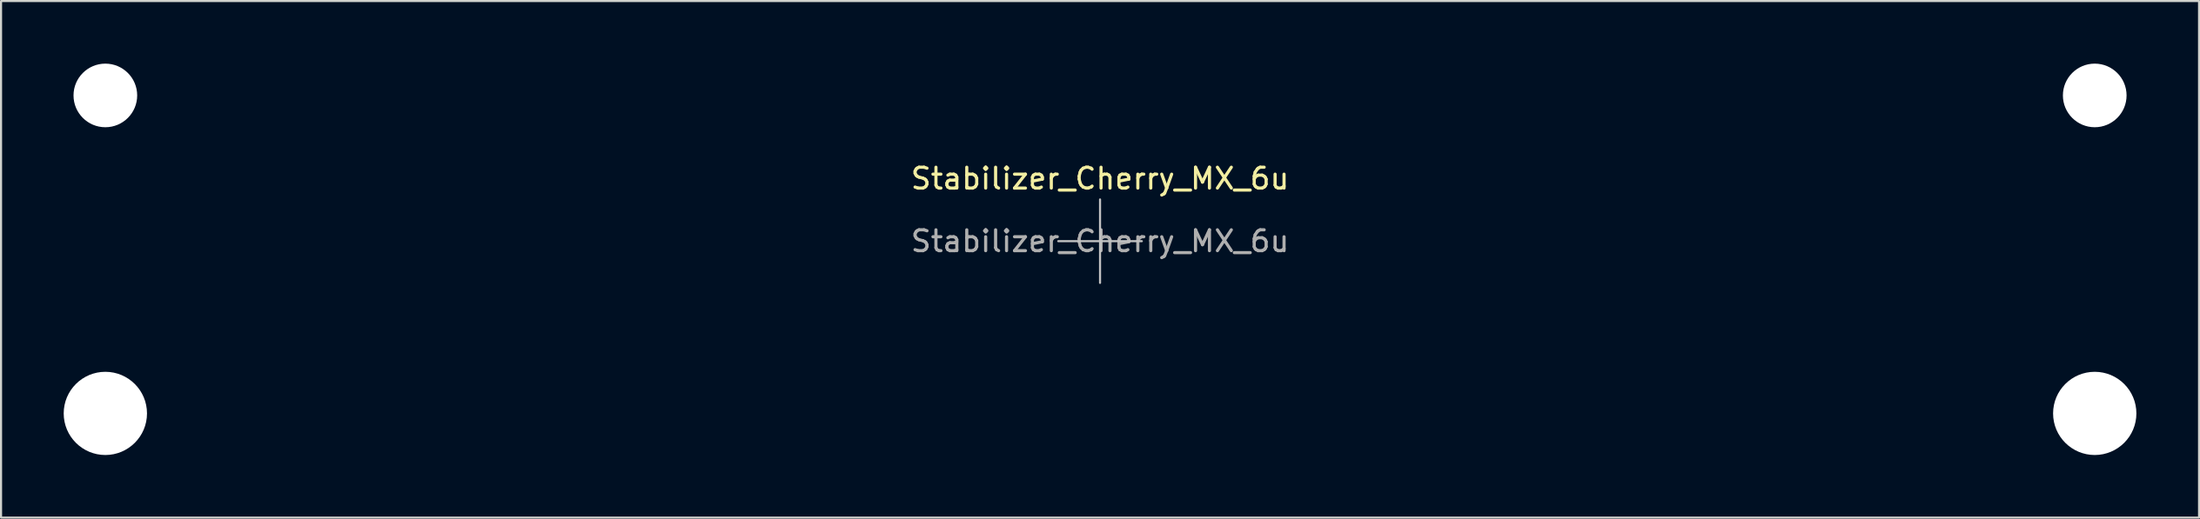
<source format=kicad_pcb>
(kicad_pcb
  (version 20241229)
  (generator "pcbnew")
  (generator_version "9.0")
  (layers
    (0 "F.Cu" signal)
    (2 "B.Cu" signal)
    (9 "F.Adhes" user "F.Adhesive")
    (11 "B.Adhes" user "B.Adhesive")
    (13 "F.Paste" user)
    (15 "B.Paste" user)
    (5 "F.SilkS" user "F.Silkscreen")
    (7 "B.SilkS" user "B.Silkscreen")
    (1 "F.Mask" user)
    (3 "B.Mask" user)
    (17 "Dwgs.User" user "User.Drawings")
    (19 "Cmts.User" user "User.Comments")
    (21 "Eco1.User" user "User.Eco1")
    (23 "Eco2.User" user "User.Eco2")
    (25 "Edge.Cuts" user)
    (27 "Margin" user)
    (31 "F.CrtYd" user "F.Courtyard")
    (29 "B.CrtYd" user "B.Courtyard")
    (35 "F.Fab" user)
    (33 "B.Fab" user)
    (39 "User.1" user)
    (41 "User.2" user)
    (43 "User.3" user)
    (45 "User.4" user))
  (footprint "Stabilizer_Cherry_MX_6u"
    (layer "F.Cu")
    (at 49.619 8.509)
    (property "Reference" "Stabilizer_Cherry_MX_6u" (at 0 -3 0) (layer "F.SilkS") (effects (font (size 1 1) (thickness 0.15))))
    (attr exclude_from_pos_files exclude_from_bom)
    (fp_line (start -2 0) (end 2 0) (stroke (width 0.1) (type solid)) (layer "Dwgs.User"))
    (fp_line (start 0 2) (end 0 -2) (stroke (width 0.1) (type solid)) (layer "Dwgs.User"))
    (fp_text user "${REFERENCE}" (at 0 0 0) (layer "F.Fab") (effects (font (size 1 1) (thickness 0.15))))
    (pad "" np_thru_hole circle (at -47.625 -6.985) (size 3.048 3.048) (drill 3.048) (layers "*.Cu" "*.Mask"))
    (pad "" np_thru_hole circle (at -47.625 8.255) (size 3.988 3.988) (drill 3.988) (layers "*.Cu" "*.Mask"))
    (pad "" np_thru_hole circle (at 47.625 -6.985) (size 3.048 3.048) (drill 3.048) (layers "*.Cu" "*.Mask"))
    (pad "" np_thru_hole circle (at 47.625 8.255) (size 3.988 3.988) (drill 3.988) (layers "*.Cu" "*.Mask")))
  (gr_rect
    (start -3 -3)
    (end 102.238 21.758)
    (stroke (width 0.1) (type default))
    (fill no)
    (layer "Edge.Cuts")))
</source>
